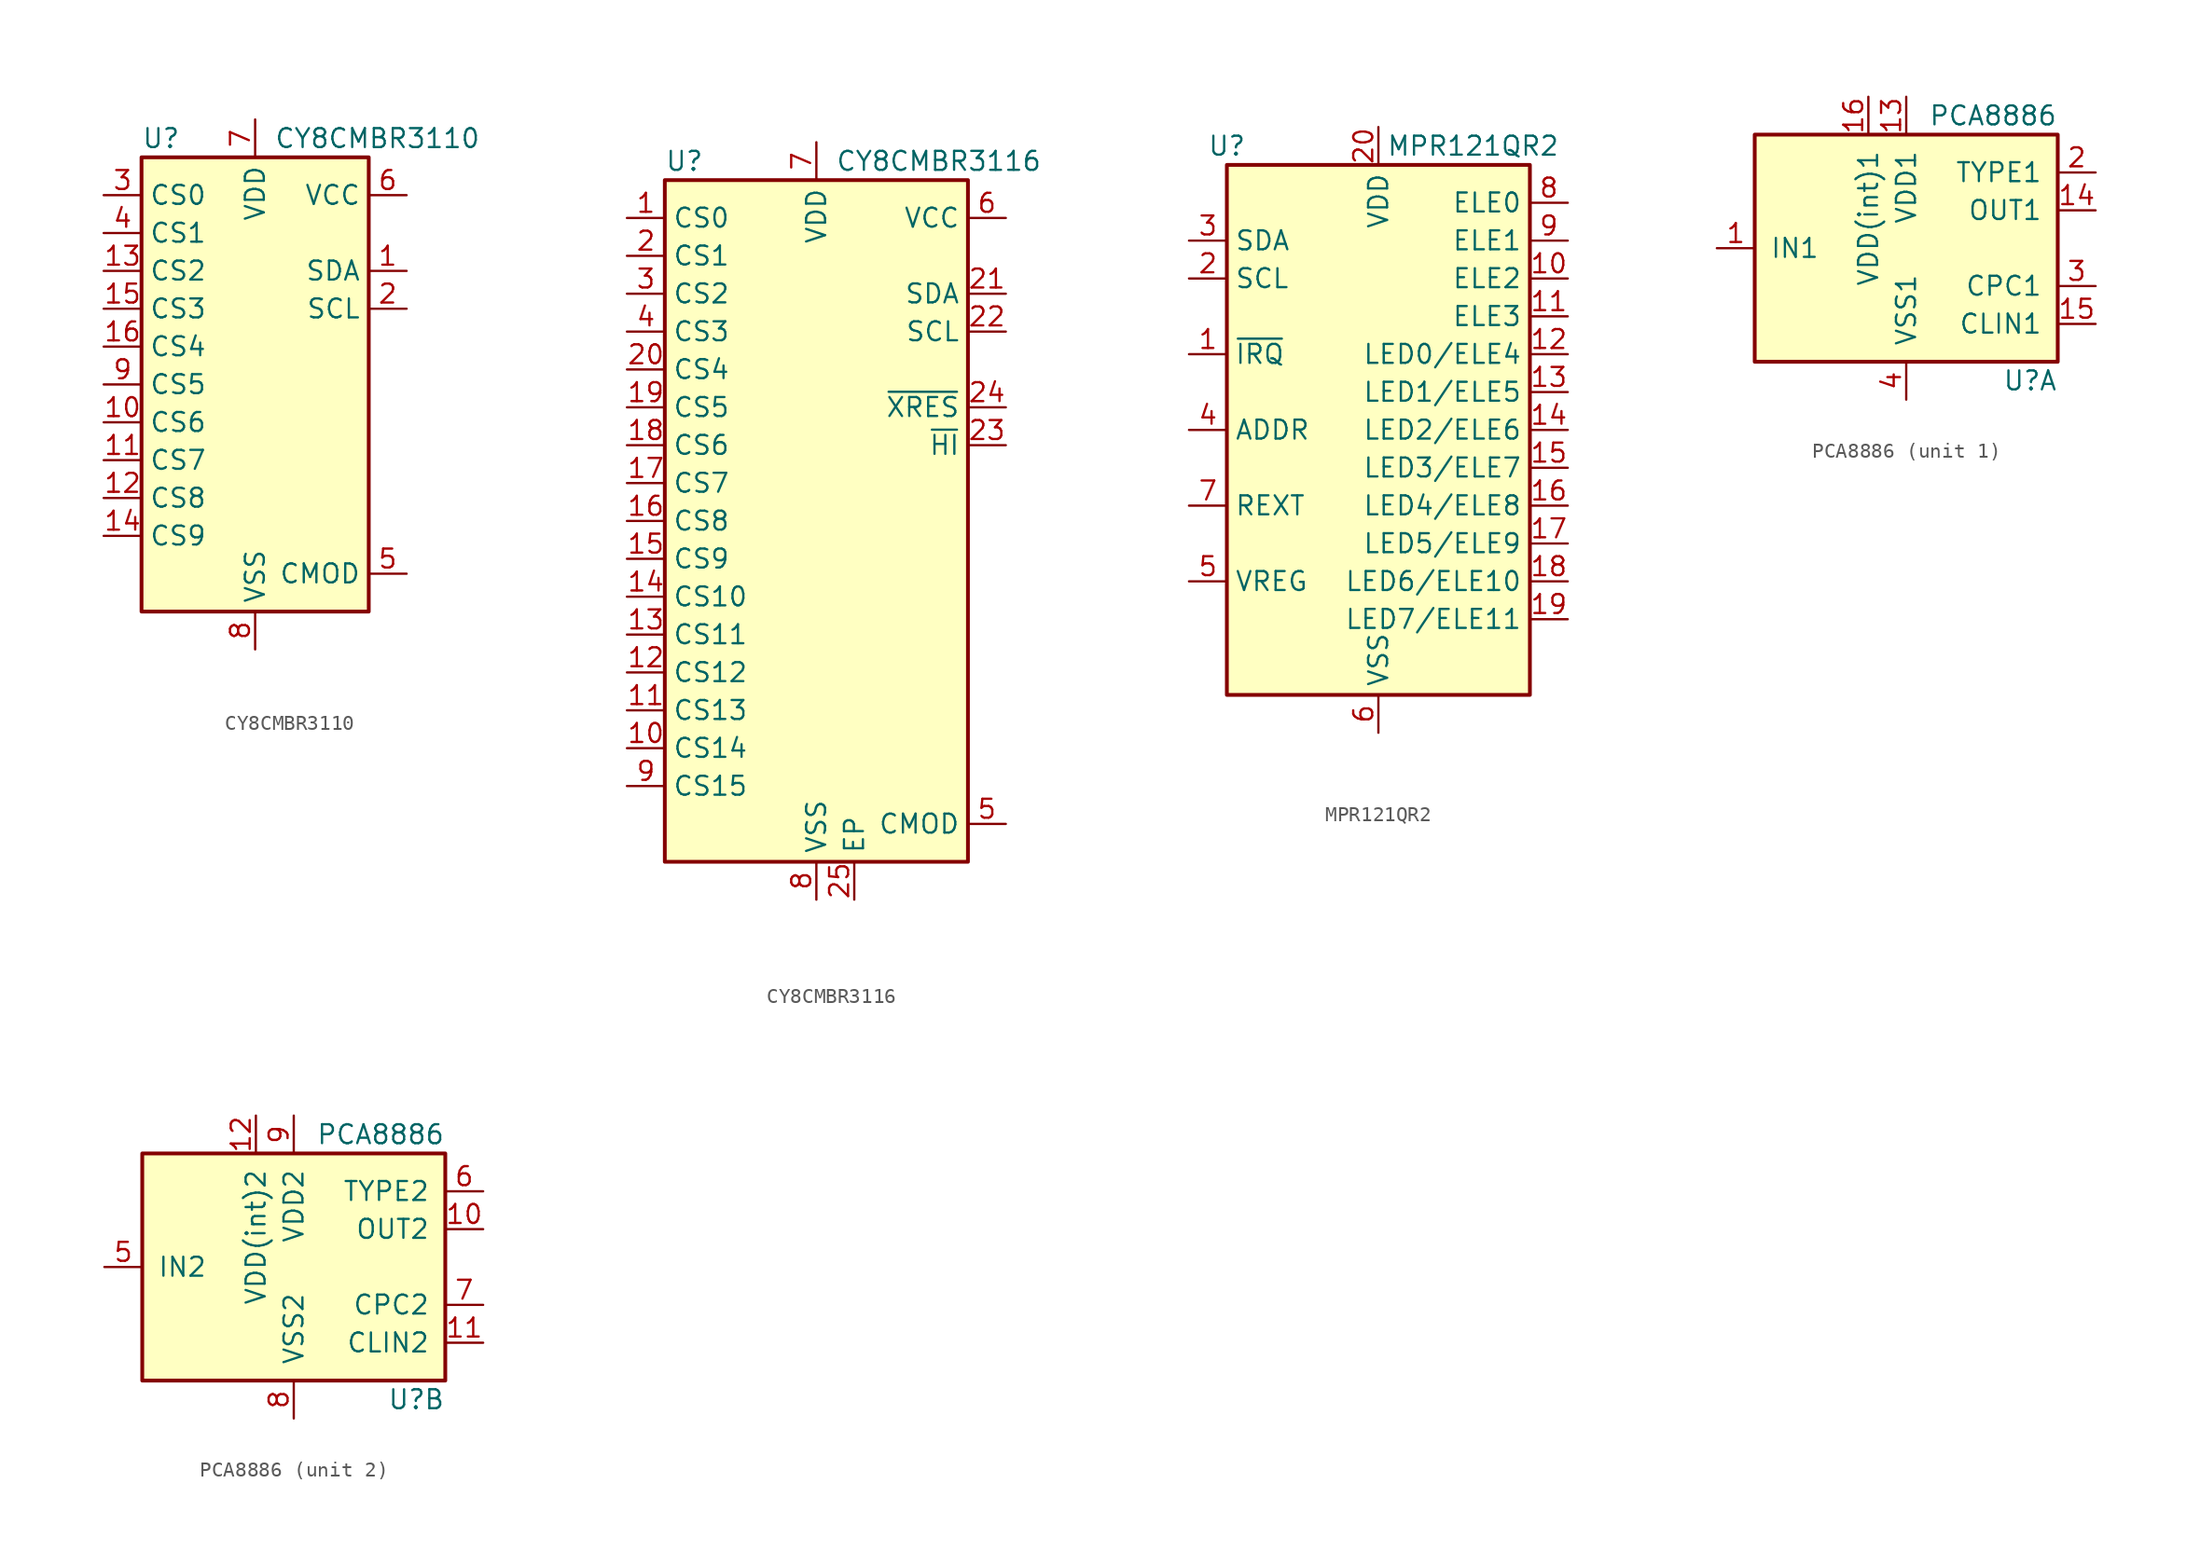
<source format=kicad_sym>
(kicad_symbol_lib
  (version 20241209)
  (generator "kicad_symbol_editor")
  (generator_version "9.0")
  (symbol "CY8CMBR3110"
    (property "Reference" "U"
      (at -7.62 16.51 0)
      (effects (font (size 1.27 1.27)) (justify left)))
    (property "Value" "CY8CMBR3110"
      (at 1.27 16.51 0)
      (effects (font (size 1.27 1.27)) (justify left)))
    (symbol "CY8CMBR3110_0_1"
      (rectangle (start -7.62 15.24) (end 7.62 -15.24) (stroke (width 0.254) (type default)) (fill (type background))))
    (symbol "CY8CMBR3110_1_1"
      (pin passive line (at -10.16 12.7 0) (length 2.54) (name "CS0" (effects (font (size 1.27 1.27)))) (number "3" (effects (font (size 1.27 1.27)))))
      (pin passive line (at -10.16 10.16 0) (length 2.54) (name "CS1" (effects (font (size 1.27 1.27)))) (number "4" (effects (font (size 1.27 1.27)))))
      (pin passive line (at -10.16 7.62 0) (length 2.54) (name "CS2" (effects (font (size 1.27 1.27)))) (number "13" (effects (font (size 1.27 1.27)))))
      (pin passive line (at -10.16 5.08 0) (length 2.54) (name "CS3" (effects (font (size 1.27 1.27)))) (number "15" (effects (font (size 1.27 1.27)))))
      (pin passive line (at -10.16 2.54 0) (length 2.54) (name "CS4" (effects (font (size 1.27 1.27)))) (number "16" (effects (font (size 1.27 1.27)))))
      (pin passive line (at -10.16 0 0) (length 2.54) (name "CS5" (effects (font (size 1.27 1.27)))) (number "9" (effects (font (size 1.27 1.27)))))
      (pin passive line (at -10.16 -2.54 0) (length 2.54) (name "CS6" (effects (font (size 1.27 1.27)))) (number "10" (effects (font (size 1.27 1.27)))))
      (pin passive line (at -10.16 -5.08 0) (length 2.54) (name "CS7" (effects (font (size 1.27 1.27)))) (number "11" (effects (font (size 1.27 1.27)))))
      (pin passive line (at -10.16 -7.62 0) (length 2.54) (name "CS8" (effects (font (size 1.27 1.27)))) (number "12" (effects (font (size 1.27 1.27)))))
      (pin passive line (at -10.16 -10.16 0) (length 2.54) (name "CS9" (effects (font (size 1.27 1.27)))) (number "14" (effects (font (size 1.27 1.27)))))
      (pin power_in line (at 0 17.78 270) (length 2.54) (name "VDD" (effects (font (size 1.27 1.27)))) (number "7" (effects (font (size 1.27 1.27)))))
      (pin power_in line (at 0 -17.78 90) (length 2.54) (name "VSS" (effects (font (size 1.27 1.27)))) (number "8" (effects (font (size 1.27 1.27)))))
      (pin passive line (at 10.16 12.7 180) (length 2.54) (name "VCC" (effects (font (size 1.27 1.27)))) (number "6" (effects (font (size 1.27 1.27)))))
      (pin bidirectional line (at 10.16 7.62 180) (length 2.54) (name "SDA" (effects (font (size 1.27 1.27)))) (number "1" (effects (font (size 1.27 1.27)))))
      (pin input line (at 10.16 5.08 180) (length 2.54) (name "SCL" (effects (font (size 1.27 1.27)))) (number "2" (effects (font (size 1.27 1.27)))))
      (pin passive line (at 10.16 -12.7 180) (length 2.54) (name "CMOD" (effects (font (size 1.27 1.27)))) (number "5" (effects (font (size 1.27 1.27)))))))
  (symbol "CY8CMBR3116"
    (property "Reference" "U"
      (at -10.16 24.13 0)
      (effects (font (size 1.27 1.27)) (justify left)))
    (property "Value" "CY8CMBR3116"
      (at 1.27 24.13 0)
      (effects (font (size 1.27 1.27)) (justify left)))
    (symbol "CY8CMBR3116_0_1"
      (rectangle (start -10.16 22.86) (end 10.16 -22.86) (stroke (width 0.254) (type default)) (fill (type background))))
    (symbol "CY8CMBR3116_1_1"
      (pin passive line (at -12.7 20.32 0) (length 2.54) (name "CS0" (effects (font (size 1.27 1.27)))) (number "1" (effects (font (size 1.27 1.27)))))
      (pin passive line (at -12.7 17.78 0) (length 2.54) (name "CS1" (effects (font (size 1.27 1.27)))) (number "2" (effects (font (size 1.27 1.27)))))
      (pin passive line (at -12.7 15.24 0) (length 2.54) (name "CS2" (effects (font (size 1.27 1.27)))) (number "3" (effects (font (size 1.27 1.27)))))
      (pin passive line (at -12.7 12.7 0) (length 2.54) (name "CS3" (effects (font (size 1.27 1.27)))) (number "4" (effects (font (size 1.27 1.27)))))
      (pin passive line (at -12.7 10.16 0) (length 2.54) (name "CS4" (effects (font (size 1.27 1.27)))) (number "20" (effects (font (size 1.27 1.27)))))
      (pin passive line (at -12.7 7.62 0) (length 2.54) (name "CS5" (effects (font (size 1.27 1.27)))) (number "19" (effects (font (size 1.27 1.27)))))
      (pin passive line (at -12.7 5.08 0) (length 2.54) (name "CS6" (effects (font (size 1.27 1.27)))) (number "18" (effects (font (size 1.27 1.27)))))
      (pin passive line (at -12.7 2.54 0) (length 2.54) (name "CS7" (effects (font (size 1.27 1.27)))) (number "17" (effects (font (size 1.27 1.27)))))
      (pin passive line (at -12.7 0 0) (length 2.54) (name "CS8" (effects (font (size 1.27 1.27)))) (number "16" (effects (font (size 1.27 1.27)))))
      (pin passive line (at -12.7 -2.54 0) (length 2.54) (name "CS9" (effects (font (size 1.27 1.27)))) (number "15" (effects (font (size 1.27 1.27)))))
      (pin passive line (at -12.7 -5.08 0) (length 2.54) (name "CS10" (effects (font (size 1.27 1.27)))) (number "14" (effects (font (size 1.27 1.27)))))
      (pin passive line (at -12.7 -7.62 0) (length 2.54) (name "CS11" (effects (font (size 1.27 1.27)))) (number "13" (effects (font (size 1.27 1.27)))))
      (pin passive line (at -12.7 -10.16 0) (length 2.54) (name "CS12" (effects (font (size 1.27 1.27)))) (number "12" (effects (font (size 1.27 1.27)))))
      (pin passive line (at -12.7 -12.7 0) (length 2.54) (name "CS13" (effects (font (size 1.27 1.27)))) (number "11" (effects (font (size 1.27 1.27)))))
      (pin passive line (at -12.7 -15.24 0) (length 2.54) (name "CS14" (effects (font (size 1.27 1.27)))) (number "10" (effects (font (size 1.27 1.27)))))
      (pin passive line (at -12.7 -17.78 0) (length 2.54) (name "CS15" (effects (font (size 1.27 1.27)))) (number "9" (effects (font (size 1.27 1.27)))))
      (pin power_in line (at 0 25.4 270) (length 2.54) (name "VDD" (effects (font (size 1.27 1.27)))) (number "7" (effects (font (size 1.27 1.27)))))
      (pin power_in line (at 0 -25.4 90) (length 2.54) (name "VSS" (effects (font (size 1.27 1.27)))) (number "8" (effects (font (size 1.27 1.27)))))
      (pin passive line (at 2.54 -25.4 90) (length 2.54) (name "EP" (effects (font (size 1.27 1.27)))) (number "25" (effects (font (size 1.27 1.27)))))
      (pin passive line (at 12.7 20.32 180) (length 2.54) (name "VCC" (effects (font (size 1.27 1.27)))) (number "6" (effects (font (size 1.27 1.27)))))
      (pin bidirectional line (at 12.7 15.24 180) (length 2.54) (name "SDA" (effects (font (size 1.27 1.27)))) (number "21" (effects (font (size 1.27 1.27)))))
      (pin input line (at 12.7 12.7 180) (length 2.54) (name "SCL" (effects (font (size 1.27 1.27)))) (number "22" (effects (font (size 1.27 1.27)))))
      (pin input line (at 12.7 7.62 180) (length 2.54) (name "~{XRES}" (effects (font (size 1.27 1.27)))) (number "24" (effects (font (size 1.27 1.27)))))
      (pin bidirectional line (at 12.7 5.08 180) (length 2.54) (name "~{HI}" (effects (font (size 1.27 1.27)))) (number "23" (effects (font (size 1.27 1.27)))))
      (pin passive line (at 12.7 -20.32 180) (length 2.54) (name "CMOD" (effects (font (size 1.27 1.27)))) (number "5" (effects (font (size 1.27 1.27)))))))
  (symbol "MPR121QR2"
    (property "Reference" "U"
      (at -10.16 19.05 0)
      (effects (font (size 1.27 1.27))))
    (property "Value" "MPR121QR2"
      (at 6.35 19.05 0)
      (effects (font (size 1.27 1.27))))
    (symbol "MPR121QR2_0_1"
      (rectangle (start -10.16 17.78) (end 10.16 -17.78) (stroke (width 0.254) (type default)) (fill (type background))))
    (symbol "MPR121QR2_1_1"
      (pin bidirectional line (at -12.7 12.7 0) (length 2.54) (name "SDA" (effects (font (size 1.27 1.27)))) (number "3" (effects (font (size 1.27 1.27)))))
      (pin input line (at -12.7 10.16 0) (length 2.54) (name "SCL" (effects (font (size 1.27 1.27)))) (number "2" (effects (font (size 1.27 1.27)))))
      (pin open_collector line (at -12.7 5.08 0) (length 2.54) (name "~{IRQ}" (effects (font (size 1.27 1.27)))) (number "1" (effects (font (size 1.27 1.27)))))
      (pin input line (at -12.7 0 0) (length 2.54) (name "ADDR" (effects (font (size 1.27 1.27)))) (number "4" (effects (font (size 1.27 1.27)))))
      (pin passive line (at -12.7 -5.08 0) (length 2.54) (name "REXT" (effects (font (size 1.27 1.27)))) (number "7" (effects (font (size 1.27 1.27)))))
      (pin passive line (at -12.7 -10.16 0) (length 2.54) (name "VREG" (effects (font (size 1.27 1.27)))) (number "5" (effects (font (size 1.27 1.27)))))
      (pin power_in line (at 0 20.32 270) (length 2.54) (name "VDD" (effects (font (size 1.27 1.27)))) (number "20" (effects (font (size 1.27 1.27)))))
      (pin power_in line (at 0 -20.32 90) (length 2.54) (name "VSS" (effects (font (size 1.27 1.27)))) (number "6" (effects (font (size 1.27 1.27)))))
      (pin passive line (at 12.7 15.24 180) (length 2.54) (name "ELE0" (effects (font (size 1.27 1.27)))) (number "8" (effects (font (size 1.27 1.27)))))
      (pin passive line (at 12.7 12.7 180) (length 2.54) (name "ELE1" (effects (font (size 1.27 1.27)))) (number "9" (effects (font (size 1.27 1.27)))))
      (pin passive line (at 12.7 10.16 180) (length 2.54) (name "ELE2" (effects (font (size 1.27 1.27)))) (number "10" (effects (font (size 1.27 1.27)))))
      (pin passive line (at 12.7 7.62 180) (length 2.54) (name "ELE3" (effects (font (size 1.27 1.27)))) (number "11" (effects (font (size 1.27 1.27)))))
      (pin passive line (at 12.7 5.08 180) (length 2.54) (name "LED0/ELE4" (effects (font (size 1.27 1.27)))) (number "12" (effects (font (size 1.27 1.27)))))
      (pin passive line (at 12.7 2.54 180) (length 2.54) (name "LED1/ELE5" (effects (font (size 1.27 1.27)))) (number "13" (effects (font (size 1.27 1.27)))))
      (pin passive line (at 12.7 0 180) (length 2.54) (name "LED2/ELE6" (effects (font (size 1.27 1.27)))) (number "14" (effects (font (size 1.27 1.27)))))
      (pin passive line (at 12.7 -2.54 180) (length 2.54) (name "LED3/ELE7" (effects (font (size 1.27 1.27)))) (number "15" (effects (font (size 1.27 1.27)))))
      (pin passive line (at 12.7 -5.08 180) (length 2.54) (name "LED4/ELE8" (effects (font (size 1.27 1.27)))) (number "16" (effects (font (size 1.27 1.27)))))
      (pin passive line (at 12.7 -7.62 180) (length 2.54) (name "LED5/ELE9" (effects (font (size 1.27 1.27)))) (number "17" (effects (font (size 1.27 1.27)))))
      (pin passive line (at 12.7 -10.16 180) (length 2.54) (name "LED6/ELE10" (effects (font (size 1.27 1.27)))) (number "18" (effects (font (size 1.27 1.27)))))
      (pin passive line (at 12.7 -12.7 180) (length 2.54) (name "LED7/ELE11" (effects (font (size 1.27 1.27)))) (number "19" (effects (font (size 1.27 1.27)))))))
  (symbol "PCA8886"
    (pin_names
      (offset 1.016))
    (property "Reference" "U"
      (at 10.16 -8.89 0)
      (effects (font (size 1.27 1.27)) (justify right)))
    (property "Value" "PCA8886"
      (at 10.16 8.89 0)
      (effects (font (size 1.27 1.27)) (justify right)))
    (property "ki_locked" ""
      (at 0 0 0)
      (effects (font (size 1.27 1.27))))
    (symbol "PCA8886_0_1"
      (rectangle (start 10.16 -7.62) (end -10.16 7.62) (stroke (width 0.254) (type default)) (fill (type background))))
    (symbol "PCA8886_1_1"
      (pin input line (at -12.7 0 0) (length 2.54) (name "IN1" (effects (font (size 1.27 1.27)))) (number "1" (effects (font (size 1.27 1.27)))))
      (pin power_out line (at -2.54 10.16 270) (length 2.54) (name "VDD(int)1" (effects (font (size 1.27 1.27)))) (number "16" (effects (font (size 1.27 1.27)))))
      (pin power_in line (at 0 10.16 270) (length 2.54) (name "VDD1" (effects (font (size 1.27 1.27)))) (number "13" (effects (font (size 1.27 1.27)))))
      (pin power_in line (at 0 -10.16 90) (length 2.54) (name "VSS1" (effects (font (size 1.27 1.27)))) (number "4" (effects (font (size 1.27 1.27)))))
      (pin input line (at 12.7 5.08 180) (length 2.54) (name "TYPE1" (effects (font (size 1.27 1.27)))) (number "2" (effects (font (size 1.27 1.27)))))
      (pin output line (at 12.7 2.54 180) (length 2.54) (name "OUT1" (effects (font (size 1.27 1.27)))) (number "14" (effects (font (size 1.27 1.27)))))
      (pin bidirectional line (at 12.7 -2.54 180) (length 2.54) (name "CPC1" (effects (font (size 1.27 1.27)))) (number "3" (effects (font (size 1.27 1.27)))))
      (pin bidirectional line (at 12.7 -5.08 180) (length 2.54) (name "CLIN1" (effects (font (size 1.27 1.27)))) (number "15" (effects (font (size 1.27 1.27))))))
    (symbol "PCA8886_2_1"
      (pin input line (at -12.7 0 0) (length 2.54) (name "IN2" (effects (font (size 1.27 1.27)))) (number "5" (effects (font (size 1.27 1.27)))))
      (pin power_out line (at -2.54 10.16 270) (length 2.54) (name "VDD(int)2" (effects (font (size 1.27 1.27)))) (number "12" (effects (font (size 1.27 1.27)))))
      (pin power_in line (at 0 10.16 270) (length 2.54) (name "VDD2" (effects (font (size 1.27 1.27)))) (number "9" (effects (font (size 1.27 1.27)))))
      (pin power_in line (at 0 -10.16 90) (length 2.54) (name "VSS2" (effects (font (size 1.27 1.27)))) (number "8" (effects (font (size 1.27 1.27)))))
      (pin input line (at 12.7 5.08 180) (length 2.54) (name "TYPE2" (effects (font (size 1.27 1.27)))) (number "6" (effects (font (size 1.27 1.27)))))
      (pin output line (at 12.7 2.54 180) (length 2.54) (name "OUT2" (effects (font (size 1.27 1.27)))) (number "10" (effects (font (size 1.27 1.27)))))
      (pin bidirectional line (at 12.7 -2.54 180) (length 2.54) (name "CPC2" (effects (font (size 1.27 1.27)))) (number "7" (effects (font (size 1.27 1.27)))))
      (pin bidirectional line (at 12.7 -5.08 180) (length 2.54) (name "CLIN2" (effects (font (size 1.27 1.27)))) (number "11" (effects (font (size 1.27 1.27))))))))
</source>
